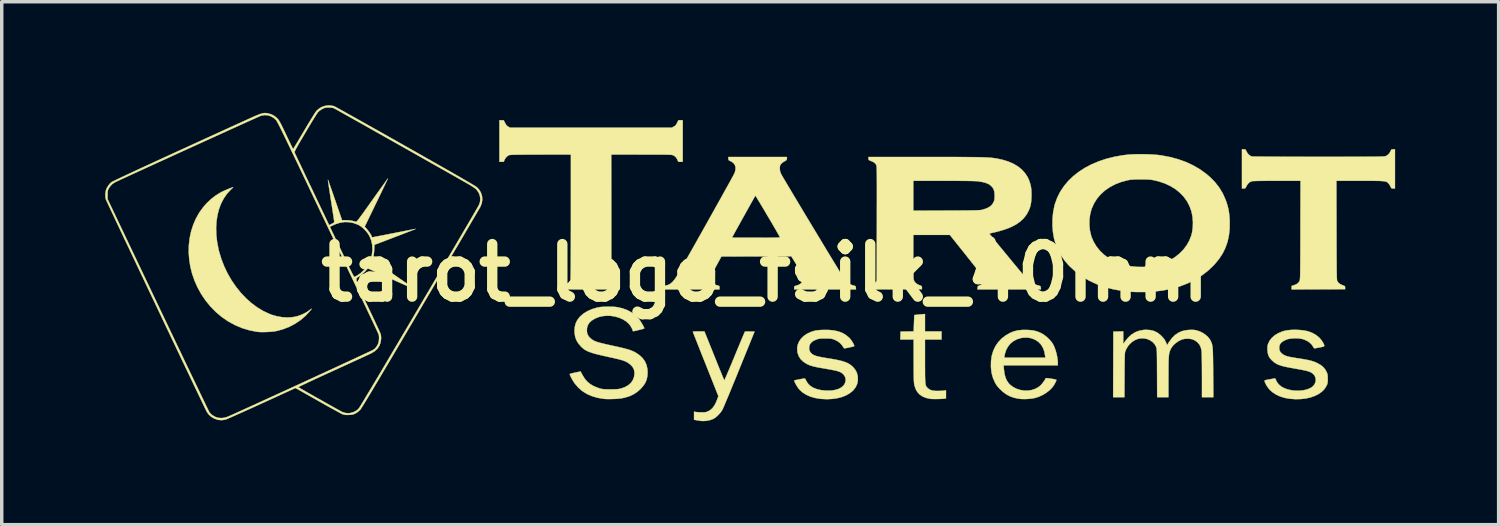
<source format=kicad_pcb>
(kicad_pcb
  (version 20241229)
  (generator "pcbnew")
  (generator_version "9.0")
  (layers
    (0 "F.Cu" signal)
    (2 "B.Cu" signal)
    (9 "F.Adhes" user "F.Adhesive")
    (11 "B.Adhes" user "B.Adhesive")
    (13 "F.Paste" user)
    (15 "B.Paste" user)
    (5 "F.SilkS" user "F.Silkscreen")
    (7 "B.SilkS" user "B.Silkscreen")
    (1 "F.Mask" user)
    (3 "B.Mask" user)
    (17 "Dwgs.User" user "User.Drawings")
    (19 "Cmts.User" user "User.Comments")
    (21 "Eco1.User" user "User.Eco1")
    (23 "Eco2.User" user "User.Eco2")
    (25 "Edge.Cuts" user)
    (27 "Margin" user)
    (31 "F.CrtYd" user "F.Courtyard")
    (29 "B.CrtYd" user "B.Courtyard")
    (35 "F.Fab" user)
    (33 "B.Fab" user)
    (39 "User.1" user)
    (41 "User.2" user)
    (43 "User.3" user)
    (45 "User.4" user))
  (footprint "tarot_logo_fsilk_40mm"
    (layer "F.Cu")
    (at 19.13 4.86)
    (property "Reference" "tarot_logo_fsilk_40mm" (at 0 0 0) (layer "F.SilkS") (effects (font (size 1.524 1.524) (thickness 0.3))))
    (attr through_hole)
    (fp_poly (pts (xy 4.635 1.697) (xy 5.115 1.697) (xy 5.115 1.931) (xy 4.635 1.931) (xy 4.635 2.555) (xy 4.635 2.702) (xy 4.636 2.826) (xy 4.636 2.932) (xy 4.637 3.019) (xy 4.64 3.091) (xy 4.643 3.149) (xy 4.647 3.196) (xy 4.652 3.232) (xy 4.659 3.261) (xy 4.668 3.283) (xy 4.679 3.302) (xy 4.692 3.318) (xy 4.707 3.334) (xy 4.713 3.339) (xy 4.757 3.375) (xy 4.81 3.401) (xy 4.876 3.416) (xy 4.957 3.423) (xy 4.998 3.423) (xy 5.057 3.422) (xy 5.115 3.42) (xy 5.163 3.417) (xy 5.182 3.414) (xy 5.244 3.405) (xy 5.244 3.637) (xy 5.208 3.645) (xy 5.171 3.649) (xy 5.116 3.653) (xy 5.051 3.656) (xy 4.98 3.657) (xy 4.911 3.658) (xy 4.849 3.656) (xy 4.801 3.654) (xy 4.782 3.651) (xy 4.663 3.624) (xy 4.562 3.582) (xy 4.478 3.524) (xy 4.412 3.451) (xy 4.362 3.362) (xy 4.329 3.257) (xy 4.324 3.236) (xy 4.32 3.21) (xy 4.317 3.178) (xy 4.314 3.136) (xy 4.312 3.084) (xy 4.31 3.019) (xy 4.309 2.939) (xy 4.308 2.842) (xy 4.308 2.727) (xy 4.307 2.59) (xy 4.307 2.539) (xy 4.307 1.931) (xy 3.92 1.931) (xy 3.924 1.817) (xy 3.927 1.703) (xy 4.117 1.7) (xy 4.307 1.697) (xy 4.309 1.653) (xy 4.31 1.627) (xy 4.312 1.582) (xy 4.314 1.524) (xy 4.316 1.458) (xy 4.318 1.416) (xy 4.325 1.223) (xy 4.389 1.216) (xy 4.435 1.211) (xy 4.491 1.205) (xy 4.544 1.201) (xy 4.635 1.193) (xy 4.635 1.697)) (stroke (width 0.01) (type solid)) (fill yes) (layer "F.SilkS"))
    (fp_poly (pts (xy -15.426 -2.474) (xy -15.445 -2.454) (xy -15.474 -2.426) (xy -15.491 -2.41) (xy -15.599 -2.293) (xy -15.692 -2.159) (xy -15.77 -2.011) (xy -15.831 -1.849) (xy -15.876 -1.675) (xy -15.904 -1.491) (xy -15.915 -1.298) (xy -15.909 -1.097) (xy -15.885 -0.89) (xy -15.844 -0.679) (xy -15.831 -0.625) (xy -15.764 -0.403) (xy -15.68 -0.187) (xy -15.581 0.02) (xy -15.467 0.217) (xy -15.339 0.403) (xy -15.2 0.576) (xy -15.05 0.734) (xy -14.891 0.876) (xy -14.724 1) (xy -14.55 1.105) (xy -14.371 1.189) (xy -14.304 1.215) (xy -14.154 1.258) (xy -14.002 1.285) (xy -13.852 1.294) (xy -13.708 1.286) (xy -13.597 1.266) (xy -13.497 1.236) (xy -13.397 1.195) (xy -13.304 1.147) (xy -13.229 1.097) (xy -13.184 1.064) (xy -13.157 1.045) (xy -13.146 1.041) (xy -13.153 1.053) (xy -13.175 1.082) (xy -13.203 1.117) (xy -13.329 1.251) (xy -13.472 1.372) (xy -13.629 1.477) (xy -13.798 1.566) (xy -13.976 1.635) (xy -14.16 1.685) (xy -14.167 1.686) (xy -14.237 1.698) (xy -14.323 1.707) (xy -14.416 1.713) (xy -14.512 1.716) (xy -14.602 1.717) (xy -14.681 1.713) (xy -14.725 1.709) (xy -14.946 1.666) (xy -15.159 1.602) (xy -15.364 1.516) (xy -15.56 1.41) (xy -15.746 1.283) (xy -15.92 1.137) (xy -16.081 0.972) (xy -16.213 0.812) (xy -16.34 0.626) (xy -16.448 0.433) (xy -16.538 0.233) (xy -16.609 0.03) (xy -16.661 -0.177) (xy -16.694 -0.385) (xy -16.709 -0.592) (xy -16.705 -0.798) (xy -16.683 -1) (xy -16.641 -1.197) (xy -16.581 -1.387) (xy -16.503 -1.569) (xy -16.406 -1.742) (xy -16.29 -1.902) (xy -16.189 -2.018) (xy -16.064 -2.136) (xy -15.938 -2.235) (xy -15.804 -2.319) (xy -15.756 -2.345) (xy -15.709 -2.368) (xy -15.654 -2.393) (xy -15.596 -2.418) (xy -15.539 -2.441) (xy -15.488 -2.461) (xy -15.447 -2.475) (xy -15.423 -2.481) (xy -15.42 -2.481) (xy -15.426 -2.474)) (stroke (width 0.01) (type solid)) (fill yes) (layer "F.SilkS"))
    (fp_poly (pts (xy -1.475 2.402) (xy -1.426 2.524) (xy -1.38 2.64) (xy -1.336 2.747) (xy -1.297 2.844) (xy -1.262 2.929) (xy -1.233 3.001) (xy -1.209 3.057) (xy -1.193 3.095) (xy -1.185 3.115) (xy -1.184 3.116) (xy -1.178 3.107) (xy -1.164 3.078) (xy -1.143 3.031) (xy -1.115 2.968) (xy -1.082 2.89) (xy -1.043 2.799) (xy -1 2.697) (xy -0.954 2.586) (xy -0.904 2.467) (xy -0.885 2.42) (xy -0.835 2.298) (xy -0.787 2.183) (xy -0.742 2.076) (xy -0.702 1.979) (xy -0.666 1.893) (xy -0.636 1.822) (xy -0.612 1.766) (xy -0.596 1.727) (xy -0.587 1.708) (xy -0.586 1.706) (xy -0.571 1.702) (xy -0.539 1.7) (xy -0.492 1.699) (xy -0.442 1.7) (xy -0.306 1.703) (xy -0.751 2.798) (xy -0.813 2.952) (xy -0.874 3.101) (xy -0.933 3.243) (xy -0.988 3.378) (xy -1.039 3.502) (xy -1.087 3.616) (xy -1.129 3.716) (xy -1.165 3.802) (xy -1.195 3.873) (xy -1.218 3.925) (xy -1.233 3.958) (xy -1.238 3.968) (xy -1.277 4.028) (xy -1.329 4.091) (xy -1.387 4.149) (xy -1.445 4.198) (xy -1.495 4.23) (xy -1.59 4.267) (xy -1.695 4.289) (xy -1.785 4.295) (xy -1.828 4.294) (xy -1.861 4.292) (xy -1.878 4.29) (xy -1.879 4.29) (xy -1.895 4.287) (xy -1.928 4.281) (xy -1.971 4.273) (xy -1.975 4.273) (xy -2.06 4.259) (xy -2.06 4.026) (xy -1.999 4.035) (xy -1.958 4.039) (xy -1.904 4.042) (xy -1.846 4.044) (xy -1.825 4.044) (xy -1.77 4.043) (xy -1.731 4.04) (xy -1.698 4.032) (xy -1.664 4.019) (xy -1.635 4.005) (xy -1.573 3.965) (xy -1.517 3.911) (xy -1.466 3.838) (xy -1.419 3.746) (xy -1.375 3.634) (xy -1.354 3.574) (xy -1.724 2.644) (xy -1.78 2.503) (xy -1.834 2.369) (xy -1.884 2.243) (xy -1.93 2.126) (xy -1.972 2.02) (xy -2.009 1.927) (xy -2.04 1.848) (xy -2.065 1.785) (xy -2.083 1.739) (xy -2.093 1.712) (xy -2.095 1.705) (xy -2.084 1.702) (xy -2.054 1.7) (xy -2.008 1.698) (xy -1.952 1.697) (xy -1.927 1.697) (xy -1.759 1.697) (xy -1.475 2.402)) (stroke (width 0.01) (type solid)) (fill yes) (layer "F.SilkS"))
    (fp_poly (pts (xy 7.697 1.661) (xy 7.787 1.673) (xy 7.867 1.693) (xy 7.946 1.722) (xy 8.024 1.759) (xy 8.096 1.804) (xy 8.171 1.864) (xy 8.243 1.933) (xy 8.305 2.005) (xy 8.344 2.063) (xy 8.385 2.146) (xy 8.421 2.245) (xy 8.451 2.354) (xy 8.473 2.465) (xy 8.485 2.571) (xy 8.486 2.619) (xy 8.486 2.68) (xy 6.914 2.68) (xy 6.922 2.785) (xy 6.938 2.915) (xy 6.966 3.026) (xy 7.006 3.12) (xy 7.059 3.198) (xy 7.102 3.243) (xy 7.192 3.311) (xy 7.293 3.362) (xy 7.401 3.396) (xy 7.512 3.413) (xy 7.624 3.413) (xy 7.733 3.396) (xy 7.836 3.361) (xy 7.929 3.309) (xy 7.99 3.258) (xy 8.018 3.228) (xy 8.05 3.187) (xy 8.083 3.143) (xy 8.111 3.101) (xy 8.131 3.067) (xy 8.137 3.053) (xy 8.15 3.051) (xy 8.179 3.053) (xy 8.222 3.058) (xy 8.271 3.065) (xy 8.322 3.073) (xy 8.371 3.082) (xy 8.41 3.09) (xy 8.436 3.098) (xy 8.443 3.101) (xy 8.443 3.116) (xy 8.432 3.145) (xy 8.413 3.183) (xy 8.39 3.227) (xy 8.363 3.27) (xy 8.336 3.308) (xy 8.326 3.321) (xy 8.249 3.401) (xy 8.155 3.474) (xy 8.048 3.539) (xy 7.936 3.591) (xy 7.822 3.628) (xy 7.819 3.628) (xy 7.733 3.644) (xy 7.635 3.654) (xy 7.532 3.659) (xy 7.434 3.657) (xy 7.349 3.648) (xy 7.345 3.648) (xy 7.212 3.619) (xy 7.095 3.577) (xy 6.989 3.52) (xy 6.889 3.445) (xy 6.823 3.383) (xy 6.773 3.332) (xy 6.736 3.29) (xy 6.707 3.251) (xy 6.681 3.209) (xy 6.656 3.16) (xy 6.609 3.053) (xy 6.577 2.947) (xy 6.557 2.836) (xy 6.547 2.721) (xy 6.55 2.556) (xy 6.564 2.458) (xy 6.933 2.458) (xy 8.124 2.458) (xy 8.117 2.397) (xy 8.094 2.276) (xy 8.054 2.17) (xy 7.999 2.079) (xy 7.929 2.006) (xy 7.922 2) (xy 7.824 1.937) (xy 7.718 1.895) (xy 7.606 1.876) (xy 7.486 1.879) (xy 7.415 1.89) (xy 7.3 1.926) (xy 7.198 1.98) (xy 7.111 2.052) (xy 7.04 2.139) (xy 6.986 2.241) (xy 6.95 2.355) (xy 6.943 2.392) (xy 6.933 2.458) (xy 6.564 2.458) (xy 6.572 2.402) (xy 6.615 2.258) (xy 6.677 2.127) (xy 6.759 2.008) (xy 6.859 1.903) (xy 6.977 1.812) (xy 7.11 1.737) (xy 7.217 1.695) (xy 7.333 1.667) (xy 7.461 1.654) (xy 7.591 1.654) (xy 7.697 1.661)) (stroke (width 0.01) (type solid)) (fill yes) (layer "F.SilkS"))
    (fp_poly (pts (xy -2.388 -3.219) (xy -2.515 -3.219) (xy -2.54 -3.274) (xy -2.573 -3.334) (xy -2.612 -3.377) (xy -2.663 -3.407) (xy -2.673 -3.412) (xy -2.684 -3.415) (xy -2.7 -3.418) (xy -2.72 -3.421) (xy -2.747 -3.423) (xy -2.783 -3.424) (xy -2.829 -3.426) (xy -2.886 -3.427) (xy -2.957 -3.428) (xy -3.043 -3.428) (xy -3.146 -3.429) (xy -3.267 -3.429) (xy -3.408 -3.429) (xy -3.57 -3.429) (xy -3.585 -3.429) (xy -4.46 -3.43) (xy -4.459 -1.624) (xy -4.459 -1.384) (xy -4.459 -1.165) (xy -4.459 -0.968) (xy -4.459 -0.791) (xy -4.459 -0.633) (xy -4.459 -0.493) (xy -4.458 -0.369) (xy -4.458 -0.261) (xy -4.457 -0.168) (xy -4.456 -0.088) (xy -4.456 -0.02) (xy -4.455 0.037) (xy -4.453 0.084) (xy -4.452 0.122) (xy -4.45 0.152) (xy -4.449 0.175) (xy -4.447 0.193) (xy -4.444 0.207) (xy -4.442 0.217) (xy -4.439 0.225) (xy -4.437 0.23) (xy -4.403 0.277) (xy -4.349 0.317) (xy -4.276 0.348) (xy -4.264 0.352) (xy -4.234 0.362) (xy -4.219 0.373) (xy -4.214 0.394) (xy -4.214 0.423) (xy -4.214 0.48) (xy -5.045 0.48) (xy -5.208 0.48) (xy -5.348 0.48) (xy -5.468 0.479) (xy -5.57 0.479) (xy -5.654 0.478) (xy -5.722 0.477) (xy -5.776 0.476) (xy -5.817 0.474) (xy -5.846 0.472) (xy -5.866 0.47) (xy -5.878 0.467) (xy -5.883 0.464) (xy -5.883 0.463) (xy -5.886 0.441) (xy -5.886 0.409) (xy -5.886 0.408) (xy -5.882 0.386) (xy -5.871 0.371) (xy -5.849 0.359) (xy -5.813 0.345) (xy -5.746 0.314) (xy -5.691 0.275) (xy -5.655 0.23) (xy -5.642 0.202) (xy -5.64 0.183) (xy -5.639 0.142) (xy -5.637 0.077) (xy -5.636 -0.01) (xy -5.635 -0.12) (xy -5.633 -0.254) (xy -5.633 -0.41) (xy -5.632 -0.59) (xy -5.631 -0.793) (xy -5.631 -1.019) (xy -5.63 -1.269) (xy -5.63 -1.541) (xy -5.63 -1.636) (xy -5.63 -3.43) (xy -6.505 -3.429) (xy -6.683 -3.428) (xy -6.838 -3.428) (xy -6.973 -3.427) (xy -7.087 -3.426) (xy -7.183 -3.425) (xy -7.26 -3.424) (xy -7.321 -3.422) (xy -7.367 -3.42) (xy -7.398 -3.417) (xy -7.416 -3.415) (xy -7.419 -3.414) (xy -7.468 -3.386) (xy -7.513 -3.342) (xy -7.548 -3.289) (xy -7.557 -3.27) (xy -7.576 -3.219) (xy -7.702 -3.219) (xy -7.702 -4.425) (xy -7.64 -4.424) (xy -7.579 -4.424) (xy -7.538 -4.345) (xy -7.512 -4.299) (xy -7.487 -4.268) (xy -7.457 -4.245) (xy -7.444 -4.237) (xy -7.392 -4.208) (xy -2.709 -4.208) (xy -2.651 -4.238) (xy -2.618 -4.257) (xy -2.593 -4.28) (xy -2.571 -4.311) (xy -2.553 -4.346) (xy -2.513 -4.425) (xy -2.388 -4.425) (xy -2.388 -3.219)) (stroke (width 0.01) (type solid)) (fill yes) (layer "F.SilkS"))
    (fp_poly (pts (xy 11.167 1.659) (xy 11.27 1.684) (xy 11.364 1.728) (xy 11.452 1.793) (xy 11.468 1.808) (xy 11.531 1.872) (xy 11.579 1.933) (xy 11.615 2) (xy 11.628 2.03) (xy 11.654 2.095) (xy 11.711 2.005) (xy 11.792 1.895) (xy 11.879 1.806) (xy 11.976 1.739) (xy 12.083 1.691) (xy 12.202 1.663) (xy 12.296 1.654) (xy 12.374 1.652) (xy 12.437 1.655) (xy 12.493 1.664) (xy 12.506 1.667) (xy 12.6 1.698) (xy 12.691 1.743) (xy 12.774 1.8) (xy 12.844 1.865) (xy 12.898 1.935) (xy 12.917 1.97) (xy 12.93 2) (xy 12.942 2.027) (xy 12.951 2.055) (xy 12.959 2.085) (xy 12.966 2.119) (xy 12.972 2.16) (xy 12.976 2.208) (xy 12.98 2.267) (xy 12.982 2.337) (xy 12.984 2.422) (xy 12.986 2.523) (xy 12.987 2.641) (xy 12.989 2.78) (xy 12.989 2.9) (xy 12.995 3.605) (xy 12.665 3.605) (xy 12.665 2.976) (xy 12.664 2.854) (xy 12.664 2.736) (xy 12.663 2.625) (xy 12.661 2.524) (xy 12.66 2.435) (xy 12.658 2.361) (xy 12.656 2.304) (xy 12.654 2.267) (xy 12.653 2.259) (xy 12.631 2.161) (xy 12.591 2.079) (xy 12.533 2.011) (xy 12.457 1.958) (xy 12.396 1.93) (xy 12.33 1.914) (xy 12.252 1.908) (xy 12.171 1.912) (xy 12.098 1.927) (xy 12.088 1.93) (xy 11.996 1.972) (xy 11.91 2.03) (xy 11.835 2.098) (xy 11.778 2.175) (xy 11.763 2.201) (xy 11.749 2.232) (xy 11.736 2.262) (xy 11.725 2.293) (xy 11.717 2.328) (xy 11.71 2.369) (xy 11.704 2.417) (xy 11.7 2.476) (xy 11.697 2.547) (xy 11.695 2.632) (xy 11.694 2.734) (xy 11.694 2.855) (xy 11.693 2.996) (xy 11.693 3.025) (xy 11.693 3.605) (xy 11.366 3.605) (xy 11.363 2.906) (xy 11.362 2.76) (xy 11.362 2.637) (xy 11.361 2.532) (xy 11.36 2.446) (xy 11.359 2.375) (xy 11.358 2.318) (xy 11.356 2.273) (xy 11.354 2.238) (xy 11.352 2.211) (xy 11.349 2.19) (xy 11.345 2.173) (xy 11.34 2.159) (xy 11.335 2.145) (xy 11.333 2.14) (xy 11.291 2.065) (xy 11.231 2.002) (xy 11.157 1.952) (xy 11.073 1.917) (xy 10.983 1.899) (xy 10.89 1.898) (xy 10.809 1.914) (xy 10.711 1.954) (xy 10.623 2.014) (xy 10.546 2.09) (xy 10.484 2.182) (xy 10.448 2.257) (xy 10.443 2.272) (xy 10.438 2.287) (xy 10.435 2.305) (xy 10.431 2.327) (xy 10.429 2.356) (xy 10.427 2.392) (xy 10.425 2.439) (xy 10.424 2.499) (xy 10.423 2.573) (xy 10.422 2.664) (xy 10.421 2.773) (xy 10.42 2.902) (xy 10.42 2.964) (xy 10.417 3.605) (xy 10.09 3.605) (xy 10.096 1.703) (xy 10.239 1.7) (xy 10.382 1.697) (xy 10.382 2.064) (xy 10.44 1.982) (xy 10.528 1.874) (xy 10.625 1.787) (xy 10.732 1.721) (xy 10.848 1.677) (xy 10.974 1.654) (xy 11.05 1.651) (xy 11.167 1.659)) (stroke (width 0.01) (type solid)) (fill yes) (layer "F.SilkS"))
    (fp_poly (pts (xy 10.986 -3.439) (xy 11.12 -3.436) (xy 11.247 -3.429) (xy 11.363 -3.42) (xy 11.463 -3.409) (xy 11.477 -3.407) (xy 11.734 -3.358) (xy 11.974 -3.294) (xy 12.198 -3.214) (xy 12.407 -3.117) (xy 12.602 -3.004) (xy 12.783 -2.874) (xy 12.906 -2.769) (xy 13.046 -2.626) (xy 13.166 -2.471) (xy 13.267 -2.305) (xy 13.348 -2.124) (xy 13.379 -2.038) (xy 13.412 -1.929) (xy 13.436 -1.824) (xy 13.453 -1.716) (xy 13.464 -1.597) (xy 13.469 -1.49) (xy 13.467 -1.281) (xy 13.446 -1.085) (xy 13.406 -0.901) (xy 13.345 -0.728) (xy 13.265 -0.563) (xy 13.163 -0.407) (xy 13.04 -0.257) (xy 12.999 -0.213) (xy 12.836 -0.059) (xy 12.659 0.077) (xy 12.467 0.197) (xy 12.26 0.3) (xy 12.036 0.387) (xy 11.974 0.407) (xy 11.759 0.466) (xy 11.529 0.511) (xy 11.286 0.541) (xy 11.035 0.556) (xy 10.779 0.556) (xy 10.616 0.549) (xy 10.345 0.521) (xy 10.088 0.475) (xy 9.844 0.411) (xy 9.614 0.328) (xy 9.398 0.228) (xy 9.198 0.11) (xy 9.012 -0.025) (xy 8.842 -0.178) (xy 8.807 -0.213) (xy 8.678 -0.362) (xy 8.57 -0.519) (xy 8.482 -0.685) (xy 8.423 -0.834) (xy 8.376 -1.002) (xy 8.345 -1.181) (xy 8.331 -1.368) (xy 8.331 -1.384) (xy 9.401 -1.384) (xy 9.417 -1.227) (xy 9.452 -1.078) (xy 9.462 -1.045) (xy 9.524 -0.901) (xy 9.606 -0.765) (xy 9.707 -0.64) (xy 9.826 -0.526) (xy 9.961 -0.426) (xy 10.111 -0.34) (xy 10.274 -0.269) (xy 10.284 -0.266) (xy 10.435 -0.222) (xy 10.6 -0.191) (xy 10.775 -0.174) (xy 10.955 -0.171) (xy 11.135 -0.183) (xy 11.254 -0.2) (xy 11.427 -0.238) (xy 11.59 -0.295) (xy 11.743 -0.368) (xy 11.884 -0.456) (xy 12.011 -0.557) (xy 12.123 -0.67) (xy 12.218 -0.795) (xy 12.295 -0.929) (xy 12.352 -1.071) (xy 12.378 -1.169) (xy 12.399 -1.316) (xy 12.403 -1.47) (xy 12.391 -1.624) (xy 12.362 -1.769) (xy 12.36 -1.78) (xy 12.305 -1.933) (xy 12.231 -2.075) (xy 12.138 -2.205) (xy 12.026 -2.322) (xy 11.897 -2.426) (xy 11.752 -2.516) (xy 11.591 -2.591) (xy 11.416 -2.65) (xy 11.281 -2.683) (xy 11.233 -2.692) (xy 11.189 -2.699) (xy 11.144 -2.704) (xy 11.094 -2.707) (xy 11.032 -2.709) (xy 10.956 -2.709) (xy 10.886 -2.709) (xy 10.795 -2.709) (xy 10.723 -2.708) (xy 10.666 -2.705) (xy 10.618 -2.702) (xy 10.576 -2.697) (xy 10.534 -2.689) (xy 10.499 -2.682) (xy 10.317 -2.633) (xy 10.148 -2.567) (xy 9.993 -2.485) (xy 9.853 -2.389) (xy 9.731 -2.278) (xy 9.625 -2.155) (xy 9.539 -2.019) (xy 9.472 -1.873) (xy 9.461 -1.844) (xy 9.423 -1.698) (xy 9.403 -1.543) (xy 9.401 -1.384) (xy 8.331 -1.384) (xy 8.332 -1.557) (xy 8.349 -1.743) (xy 8.383 -1.921) (xy 8.404 -2.002) (xy 8.47 -2.182) (xy 8.556 -2.352) (xy 8.663 -2.513) (xy 8.788 -2.663) (xy 8.931 -2.801) (xy 9.092 -2.928) (xy 9.269 -3.043) (xy 9.461 -3.144) (xy 9.668 -3.232) (xy 9.889 -3.306) (xy 10.122 -3.365) (xy 10.367 -3.408) (xy 10.499 -3.424) (xy 10.603 -3.433) (xy 10.722 -3.438) (xy 10.852 -3.44) (xy 10.986 -3.439)) (stroke (width 0.01) (type solid)) (fill yes) (layer "F.SilkS"))
    (fp_poly (pts (xy 13.907 -3.581) (xy 13.925 -3.574) (xy 13.938 -3.556) (xy 13.954 -3.523) (xy 13.986 -3.467) (xy 14.03 -3.42) (xy 14.079 -3.386) (xy 14.113 -3.375) (xy 14.129 -3.374) (xy 14.168 -3.373) (xy 14.227 -3.372) (xy 14.306 -3.371) (xy 14.404 -3.37) (xy 14.518 -3.369) (xy 14.648 -3.368) (xy 14.793 -3.368) (xy 14.951 -3.367) (xy 15.121 -3.366) (xy 15.302 -3.366) (xy 15.492 -3.366) (xy 15.69 -3.365) (xy 15.895 -3.365) (xy 16.048 -3.365) (xy 16.301 -3.365) (xy 16.531 -3.365) (xy 16.74 -3.365) (xy 16.929 -3.366) (xy 17.098 -3.366) (xy 17.249 -3.366) (xy 17.382 -3.367) (xy 17.499 -3.368) (xy 17.6 -3.368) (xy 17.688 -3.369) (xy 17.761 -3.37) (xy 17.822 -3.371) (xy 17.872 -3.373) (xy 17.912 -3.374) (xy 17.941 -3.376) (xy 17.963 -3.378) (xy 17.977 -3.38) (xy 17.983 -3.381) (xy 18.047 -3.416) (xy 18.099 -3.469) (xy 18.13 -3.523) (xy 18.145 -3.557) (xy 18.159 -3.574) (xy 18.177 -3.581) (xy 18.208 -3.582) (xy 18.26 -3.582) (xy 18.26 -2.446) (xy 18.208 -2.446) (xy 18.177 -2.448) (xy 18.158 -2.455) (xy 18.144 -2.473) (xy 18.131 -2.502) (xy 18.108 -2.544) (xy 18.08 -2.584) (xy 18.069 -2.596) (xy 18.055 -2.61) (xy 18.04 -2.623) (xy 18.024 -2.634) (xy 18.004 -2.642) (xy 17.979 -2.65) (xy 17.946 -2.655) (xy 17.905 -2.66) (xy 17.852 -2.663) (xy 17.786 -2.666) (xy 17.706 -2.667) (xy 17.609 -2.668) (xy 17.494 -2.669) (xy 17.359 -2.669) (xy 17.239 -2.669) (xy 16.562 -2.669) (xy 16.565 -1.232) (xy 16.566 -1.018) (xy 16.566 -0.825) (xy 16.567 -0.654) (xy 16.567 -0.502) (xy 16.568 -0.369) (xy 16.569 -0.253) (xy 16.569 -0.153) (xy 16.57 -0.068) (xy 16.571 0.003) (xy 16.573 0.063) (xy 16.574 0.111) (xy 16.575 0.15) (xy 16.577 0.179) (xy 16.579 0.202) (xy 16.581 0.218) (xy 16.584 0.23) (xy 16.587 0.238) (xy 16.588 0.24) (xy 16.622 0.287) (xy 16.668 0.324) (xy 16.732 0.354) (xy 16.74 0.357) (xy 16.78 0.372) (xy 16.802 0.383) (xy 16.812 0.397) (xy 16.814 0.416) (xy 16.814 0.429) (xy 16.814 0.474) (xy 16.039 0.477) (xy 15.263 0.48) (xy 15.264 0.38) (xy 15.331 0.359) (xy 15.403 0.329) (xy 15.456 0.289) (xy 15.492 0.239) (xy 15.493 0.238) (xy 15.496 0.23) (xy 15.499 0.222) (xy 15.502 0.21) (xy 15.504 0.194) (xy 15.506 0.174) (xy 15.508 0.146) (xy 15.51 0.111) (xy 15.511 0.067) (xy 15.512 0.012) (xy 15.513 -0.054) (xy 15.514 -0.133) (xy 15.515 -0.226) (xy 15.516 -0.335) (xy 15.516 -0.46) (xy 15.517 -0.603) (xy 15.517 -0.765) (xy 15.518 -0.947) (xy 15.518 -1.151) (xy 15.518 -1.238) (xy 15.522 -2.669) (xy 14.839 -2.669) (xy 14.689 -2.668) (xy 14.553 -2.668) (xy 14.433 -2.667) (xy 14.33 -2.666) (xy 14.246 -2.664) (xy 14.181 -2.662) (xy 14.137 -2.66) (xy 14.115 -2.657) (xy 14.115 -2.657) (xy 14.052 -2.631) (xy 14.004 -2.59) (xy 13.964 -2.531) (xy 13.958 -2.519) (xy 13.939 -2.481) (xy 13.925 -2.459) (xy 13.91 -2.449) (xy 13.889 -2.446) (xy 13.873 -2.446) (xy 13.824 -2.446) (xy 13.824 -3.582) (xy 13.876 -3.582) (xy 13.907 -3.581)) (stroke (width 0.01) (type solid)) (fill yes) (layer "F.SilkS"))
    (fp_poly (pts (xy 15.465 1.654) (xy 15.58 1.665) (xy 15.685 1.682) (xy 15.755 1.7) (xy 15.869 1.744) (xy 15.973 1.804) (xy 16.063 1.876) (xy 16.135 1.959) (xy 16.172 2.019) (xy 16.196 2.065) (xy 16.21 2.097) (xy 16.21 2.118) (xy 16.196 2.133) (xy 16.164 2.144) (xy 16.112 2.155) (xy 16.083 2.161) (xy 16.028 2.171) (xy 15.981 2.18) (xy 15.946 2.186) (xy 15.93 2.188) (xy 15.913 2.179) (xy 15.896 2.156) (xy 15.893 2.151) (xy 15.847 2.081) (xy 15.782 2.018) (xy 15.703 1.967) (xy 15.613 1.928) (xy 15.531 1.908) (xy 15.449 1.898) (xy 15.36 1.897) (xy 15.272 1.902) (xy 15.191 1.913) (xy 15.124 1.93) (xy 15.114 1.934) (xy 15.034 1.972) (xy 14.975 2.012) (xy 14.935 2.057) (xy 14.912 2.111) (xy 14.905 2.144) (xy 14.906 2.215) (xy 14.928 2.279) (xy 14.972 2.333) (xy 15.036 2.379) (xy 15.12 2.414) (xy 15.165 2.427) (xy 15.198 2.434) (xy 15.249 2.444) (xy 15.314 2.455) (xy 15.388 2.468) (xy 15.465 2.48) (xy 15.474 2.481) (xy 15.588 2.499) (xy 15.682 2.516) (xy 15.76 2.532) (xy 15.826 2.548) (xy 15.884 2.565) (xy 15.936 2.584) (xy 15.988 2.607) (xy 16.009 2.617) (xy 16.104 2.67) (xy 16.179 2.73) (xy 16.237 2.8) (xy 16.273 2.865) (xy 16.29 2.901) (xy 16.301 2.932) (xy 16.307 2.963) (xy 16.31 3.002) (xy 16.311 3.056) (xy 16.311 3.073) (xy 16.311 3.131) (xy 16.308 3.173) (xy 16.303 3.204) (xy 16.294 3.233) (xy 16.279 3.267) (xy 16.273 3.279) (xy 16.217 3.367) (xy 16.142 3.444) (xy 16.048 3.511) (xy 15.939 3.566) (xy 15.816 3.61) (xy 15.681 3.641) (xy 15.535 3.658) (xy 15.381 3.662) (xy 15.221 3.651) (xy 15.217 3.651) (xy 15.068 3.625) (xy 14.931 3.583) (xy 14.81 3.527) (xy 14.704 3.457) (xy 14.615 3.374) (xy 14.545 3.28) (xy 14.521 3.236) (xy 14.497 3.186) (xy 14.482 3.152) (xy 14.479 3.13) (xy 14.491 3.116) (xy 14.52 3.107) (xy 14.568 3.097) (xy 14.606 3.091) (xy 14.662 3.08) (xy 14.711 3.071) (xy 14.748 3.063) (xy 14.767 3.059) (xy 14.784 3.06) (xy 14.797 3.074) (xy 14.806 3.099) (xy 14.838 3.165) (xy 14.888 3.23) (xy 14.951 3.286) (xy 14.973 3.302) (xy 15.06 3.347) (xy 15.158 3.381) (xy 15.264 3.404) (xy 15.374 3.416) (xy 15.485 3.416) (xy 15.593 3.406) (xy 15.693 3.385) (xy 15.781 3.353) (xy 15.855 3.31) (xy 15.885 3.285) (xy 15.93 3.226) (xy 15.957 3.161) (xy 15.964 3.093) (xy 15.952 3.027) (xy 15.922 2.967) (xy 15.873 2.916) (xy 15.869 2.914) (xy 15.84 2.894) (xy 15.807 2.877) (xy 15.768 2.861) (xy 15.719 2.846) (xy 15.66 2.831) (xy 15.586 2.816) (xy 15.494 2.798) (xy 15.383 2.779) (xy 15.357 2.774) (xy 15.229 2.751) (xy 15.121 2.73) (xy 15.031 2.71) (xy 14.955 2.689) (xy 14.892 2.667) (xy 14.838 2.643) (xy 14.79 2.615) (xy 14.746 2.583) (xy 14.702 2.545) (xy 14.693 2.536) (xy 14.636 2.474) (xy 14.597 2.407) (xy 14.574 2.332) (xy 14.564 2.241) (xy 14.563 2.239) (xy 14.562 2.173) (xy 14.566 2.122) (xy 14.576 2.078) (xy 14.578 2.069) (xy 14.621 1.975) (xy 14.685 1.89) (xy 14.768 1.815) (xy 14.87 1.752) (xy 14.988 1.702) (xy 15.041 1.685) (xy 15.13 1.667) (xy 15.234 1.655) (xy 15.348 1.651) (xy 15.465 1.654)) (stroke (width 0.01) (type solid)) (fill yes) (layer "F.SilkS"))
    (fp_poly (pts (xy 1.85 1.655) (xy 1.997 1.67) (xy 2.128 1.7) (xy 2.244 1.744) (xy 2.346 1.805) (xy 2.437 1.88) (xy 2.44 1.883) (xy 2.472 1.918) (xy 2.504 1.962) (xy 2.534 2.008) (xy 2.56 2.053) (xy 2.577 2.091) (xy 2.584 2.117) (xy 2.583 2.123) (xy 2.571 2.129) (xy 2.541 2.138) (xy 2.499 2.149) (xy 2.45 2.16) (xy 2.4 2.171) (xy 2.353 2.18) (xy 2.316 2.186) (xy 2.293 2.188) (xy 2.289 2.187) (xy 2.282 2.176) (xy 2.265 2.151) (xy 2.243 2.117) (xy 2.242 2.115) (xy 2.181 2.043) (xy 2.103 1.982) (xy 2.01 1.936) (xy 1.992 1.929) (xy 1.957 1.918) (xy 1.923 1.91) (xy 1.885 1.906) (xy 1.837 1.903) (xy 1.774 1.902) (xy 1.744 1.902) (xy 1.673 1.903) (xy 1.62 1.904) (xy 1.579 1.908) (xy 1.544 1.915) (xy 1.511 1.924) (xy 1.496 1.929) (xy 1.411 1.966) (xy 1.347 2.011) (xy 1.304 2.064) (xy 1.281 2.128) (xy 1.276 2.18) (xy 1.28 2.231) (xy 1.296 2.273) (xy 1.306 2.289) (xy 1.332 2.324) (xy 1.363 2.353) (xy 1.401 2.378) (xy 1.449 2.399) (xy 1.51 2.418) (xy 1.588 2.436) (xy 1.683 2.454) (xy 1.777 2.47) (xy 1.922 2.493) (xy 2.046 2.515) (xy 2.151 2.538) (xy 2.241 2.56) (xy 2.316 2.585) (xy 2.381 2.611) (xy 2.436 2.641) (xy 2.485 2.674) (xy 2.53 2.712) (xy 2.563 2.746) (xy 2.62 2.818) (xy 2.659 2.894) (xy 2.681 2.979) (xy 2.688 3.03) (xy 2.688 3.132) (xy 2.667 3.226) (xy 2.626 3.313) (xy 2.562 3.397) (xy 2.541 3.419) (xy 2.453 3.491) (xy 2.347 3.552) (xy 2.226 3.6) (xy 2.091 3.634) (xy 1.944 3.655) (xy 1.789 3.662) (xy 1.627 3.654) (xy 1.592 3.651) (xy 1.443 3.625) (xy 1.307 3.585) (xy 1.185 3.53) (xy 1.08 3.462) (xy 0.993 3.381) (xy 0.981 3.367) (xy 0.955 3.332) (xy 0.927 3.29) (xy 0.899 3.244) (xy 0.875 3.199) (xy 0.856 3.16) (xy 0.846 3.132) (xy 0.845 3.119) (xy 0.858 3.115) (xy 0.89 3.108) (xy 0.934 3.099) (xy 0.978 3.09) (xy 1.033 3.08) (xy 1.081 3.071) (xy 1.116 3.064) (xy 1.132 3.061) (xy 1.148 3.061) (xy 1.161 3.072) (xy 1.177 3.098) (xy 1.186 3.119) (xy 1.237 3.203) (xy 1.306 3.273) (xy 1.394 3.329) (xy 1.5 3.371) (xy 1.624 3.4) (xy 1.767 3.414) (xy 1.773 3.414) (xy 1.897 3.413) (xy 2.009 3.399) (xy 2.107 3.373) (xy 2.189 3.335) (xy 2.255 3.286) (xy 2.302 3.227) (xy 2.329 3.159) (xy 2.329 3.159) (xy 2.336 3.087) (xy 2.322 3.023) (xy 2.286 2.963) (xy 2.27 2.944) (xy 2.243 2.918) (xy 2.214 2.896) (xy 2.178 2.877) (xy 2.134 2.859) (xy 2.079 2.842) (xy 2.009 2.826) (xy 1.924 2.809) (xy 1.819 2.79) (xy 1.757 2.779) (xy 1.64 2.759) (xy 1.543 2.742) (xy 1.463 2.726) (xy 1.396 2.71) (xy 1.341 2.694) (xy 1.292 2.678) (xy 1.249 2.659) (xy 1.206 2.639) (xy 1.203 2.637) (xy 1.108 2.576) (xy 1.033 2.504) (xy 0.978 2.419) (xy 0.943 2.323) (xy 0.936 2.29) (xy 0.93 2.189) (xy 0.945 2.091) (xy 0.982 1.998) (xy 1.039 1.912) (xy 1.113 1.836) (xy 1.205 1.772) (xy 1.255 1.746) (xy 1.325 1.715) (xy 1.389 1.692) (xy 1.454 1.675) (xy 1.526 1.664) (xy 1.611 1.657) (xy 1.686 1.654) (xy 1.85 1.655)) (stroke (width 0.01) (type solid)) (fill yes) (layer "F.SilkS"))
    (fp_poly (pts (xy -4.495 0.981) (xy -4.412 0.983) (xy -4.339 0.988) (xy -4.29 0.994) (xy -4.138 1.028) (xy -3.998 1.079) (xy -3.871 1.147) (xy -3.761 1.229) (xy -3.667 1.325) (xy -3.666 1.326) (xy -3.64 1.361) (xy -3.611 1.405) (xy -3.581 1.453) (xy -3.553 1.501) (xy -3.529 1.545) (xy -3.511 1.581) (xy -3.503 1.604) (xy -3.503 1.611) (xy -3.517 1.617) (xy -3.549 1.627) (xy -3.593 1.639) (xy -3.644 1.652) (xy -3.697 1.665) (xy -3.748 1.677) (xy -3.789 1.686) (xy -3.818 1.691) (xy -3.828 1.691) (xy -3.839 1.674) (xy -3.839 1.67) (xy -3.846 1.642) (xy -3.865 1.602) (xy -3.892 1.556) (xy -3.923 1.511) (xy -3.949 1.478) (xy -4.028 1.407) (xy -4.123 1.348) (xy -4.232 1.3) (xy -4.351 1.266) (xy -4.474 1.246) (xy -4.598 1.244) (xy -4.615 1.245) (xy -4.712 1.255) (xy -4.795 1.273) (xy -4.875 1.301) (xy -4.935 1.328) (xy -5.023 1.381) (xy -5.09 1.441) (xy -5.136 1.511) (xy -5.161 1.59) (xy -5.167 1.662) (xy -5.161 1.736) (xy -5.142 1.796) (xy -5.107 1.85) (xy -5.072 1.886) (xy -5.042 1.913) (xy -5.011 1.937) (xy -4.978 1.958) (xy -4.939 1.977) (xy -4.892 1.996) (xy -4.835 2.014) (xy -4.766 2.033) (xy -4.681 2.054) (xy -4.579 2.078) (xy -4.458 2.104) (xy -4.419 2.113) (xy -4.286 2.142) (xy -4.174 2.167) (xy -4.079 2.191) (xy -3.999 2.212) (xy -3.931 2.233) (xy -3.873 2.254) (xy -3.822 2.276) (xy -3.774 2.3) (xy -3.745 2.316) (xy -3.637 2.39) (xy -3.549 2.473) (xy -3.483 2.567) (xy -3.437 2.672) (xy -3.412 2.788) (xy -3.406 2.883) (xy -3.413 2.996) (xy -3.435 3.097) (xy -3.474 3.189) (xy -3.533 3.278) (xy -3.611 3.366) (xy -3.616 3.371) (xy -3.715 3.457) (xy -3.823 3.526) (xy -3.943 3.58) (xy -4.079 3.62) (xy -4.155 3.635) (xy -4.224 3.645) (xy -4.308 3.652) (xy -4.401 3.656) (xy -4.495 3.658) (xy -4.584 3.658) (xy -4.66 3.654) (xy -4.688 3.651) (xy -4.865 3.62) (xy -5.026 3.572) (xy -5.171 3.508) (xy -5.301 3.426) (xy -5.416 3.326) (xy -5.516 3.209) (xy -5.518 3.207) (xy -5.547 3.164) (xy -5.578 3.115) (xy -5.607 3.064) (xy -5.632 3.016) (xy -5.651 2.975) (xy -5.661 2.945) (xy -5.662 2.934) (xy -5.65 2.927) (xy -5.618 2.917) (xy -5.573 2.906) (xy -5.518 2.893) (xy -5.503 2.89) (xy -5.349 2.859) (xy -5.302 2.948) (xy -5.234 3.06) (xy -5.156 3.153) (xy -5.063 3.229) (xy -4.955 3.29) (xy -4.829 3.339) (xy -4.816 3.343) (xy -4.778 3.355) (xy -4.744 3.363) (xy -4.711 3.369) (xy -4.673 3.373) (xy -4.625 3.375) (xy -4.563 3.376) (xy -4.489 3.376) (xy -4.404 3.376) (xy -4.338 3.375) (xy -4.287 3.372) (xy -4.245 3.367) (xy -4.209 3.361) (xy -4.185 3.355) (xy -4.069 3.315) (xy -3.973 3.262) (xy -3.896 3.197) (xy -3.839 3.12) (xy -3.803 3.03) (xy -3.793 2.986) (xy -3.785 2.894) (xy -3.799 2.811) (xy -3.835 2.737) (xy -3.892 2.67) (xy -3.971 2.61) (xy -3.98 2.604) (xy -4.012 2.586) (xy -4.045 2.569) (xy -4.08 2.554) (xy -4.122 2.539) (xy -4.172 2.524) (xy -4.234 2.507) (xy -4.311 2.489) (xy -4.404 2.467) (xy -4.518 2.442) (xy -4.53 2.44) (xy -4.675 2.407) (xy -4.799 2.378) (xy -4.904 2.352) (xy -4.993 2.327) (xy -5.068 2.302) (xy -5.132 2.278) (xy -5.185 2.252) (xy -5.232 2.225) (xy -5.273 2.195) (xy -5.311 2.161) (xy -5.345 2.127) (xy -5.42 2.037) (xy -5.474 1.945) (xy -5.507 1.846) (xy -5.523 1.738) (xy -5.525 1.685) (xy -5.517 1.57) (xy -5.492 1.468) (xy -5.449 1.377) (xy -5.386 1.291) (xy -5.353 1.257) (xy -5.258 1.176) (xy -5.145 1.108) (xy -5.018 1.052) (xy -4.878 1.01) (xy -4.799 0.994) (xy -4.741 0.988) (xy -4.667 0.983) (xy -4.583 0.981) (xy -4.495 0.981)) (stroke (width 0.01) (type solid)) (fill yes) (layer "F.SilkS"))
    (fp_poly (pts (xy 0.632 -3.315) (xy 0.63 -3.291) (xy 0.623 -3.273) (xy 0.604 -3.258) (xy 0.569 -3.238) (xy 0.566 -3.236) (xy 0.523 -3.209) (xy 0.484 -3.177) (xy 0.463 -3.156) (xy 0.444 -3.13) (xy 0.433 -3.106) (xy 0.428 -3.076) (xy 0.427 -3.031) (xy 0.427 -3.028) (xy 0.429 -2.98) (xy 0.435 -2.941) (xy 0.449 -2.902) (xy 0.469 -2.856) (xy 0.48 -2.837) (xy 0.501 -2.8) (xy 0.533 -2.745) (xy 0.575 -2.675) (xy 0.625 -2.59) (xy 0.683 -2.492) (xy 0.748 -2.383) (xy 0.82 -2.263) (xy 0.897 -2.135) (xy 0.978 -1.999) (xy 1.063 -1.857) (xy 1.151 -1.71) (xy 1.241 -1.561) (xy 1.333 -1.409) (xy 1.424 -1.257) (xy 1.515 -1.106) (xy 1.605 -0.958) (xy 1.692 -0.813) (xy 1.776 -0.673) (xy 1.857 -0.54) (xy 1.933 -0.415) (xy 2.003 -0.3) (xy 2.067 -0.195) (xy 2.123 -0.102) (xy 2.171 -0.023) (xy 2.211 0.041) (xy 2.24 0.088) (xy 2.259 0.118) (xy 2.263 0.123) (xy 2.317 0.199) (xy 2.366 0.257) (xy 2.414 0.3) (xy 2.465 0.332) (xy 2.523 0.355) (xy 2.565 0.367) (xy 2.601 0.377) (xy 2.62 0.387) (xy 2.628 0.403) (xy 2.631 0.43) (xy 2.631 0.431) (xy 2.635 0.48) (xy 0.843 0.48) (xy 0.843 0.434) (xy 0.844 0.408) (xy 0.85 0.393) (xy 0.867 0.382) (xy 0.9 0.372) (xy 0.91 0.369) (xy 0.982 0.343) (xy 1.034 0.31) (xy 1.069 0.269) (xy 1.083 0.241) (xy 1.093 0.206) (xy 1.097 0.169) (xy 1.094 0.129) (xy 1.081 0.084) (xy 1.06 0.03) (xy 1.028 -0.034) (xy 0.985 -0.112) (xy 0.93 -0.204) (xy 0.885 -0.278) (xy 0.759 -0.48) (xy -0.254 -0.477) (xy -1.267 -0.474) (xy -1.395 -0.24) (xy -1.433 -0.168) (xy -1.469 -0.1) (xy -1.5 -0.039) (xy -1.525 0.012) (xy -1.542 0.047) (xy -1.545 0.056) (xy -1.564 0.127) (xy -1.567 0.193) (xy -1.553 0.249) (xy -1.545 0.263) (xy -1.515 0.296) (xy -1.47 0.328) (xy -1.417 0.354) (xy -1.367 0.369) (xy -1.339 0.375) (xy -1.327 0.386) (xy -1.323 0.409) (xy -1.323 0.429) (xy -1.323 0.48) (xy -2.938 0.48) (xy -2.938 0.377) (xy -2.888 0.37) (xy -2.814 0.351) (xy -2.747 0.316) (xy -2.684 0.263) (xy -2.623 0.191) (xy -2.573 0.117) (xy -2.552 0.082) (xy -2.521 0.029) (xy -2.481 -0.04) (xy -2.433 -0.124) (xy -2.378 -0.221) (xy -2.316 -0.33) (xy -2.248 -0.45) (xy -2.175 -0.579) (xy -2.098 -0.716) (xy -2.017 -0.858) (xy -1.934 -1.006) (xy -1.927 -1.018) (xy -0.96 -1.018) (xy -0.264 -1.018) (xy -0.138 -1.018) (xy -0.02 -1.019) (xy 0.089 -1.019) (xy 0.186 -1.02) (xy 0.27 -1.021) (xy 0.339 -1.022) (xy 0.39 -1.024) (xy 0.423 -1.025) (xy 0.433 -1.026) (xy 0.427 -1.039) (xy 0.411 -1.069) (xy 0.385 -1.115) (xy 0.351 -1.175) (xy 0.311 -1.246) (xy 0.264 -1.326) (xy 0.214 -1.413) (xy 0.16 -1.505) (xy 0.104 -1.599) (xy 0.047 -1.695) (xy -0.008 -1.789) (xy -0.062 -1.88) (xy -0.113 -1.965) (xy -0.159 -2.042) (xy -0.2 -2.109) (xy -0.234 -2.165) (xy -0.26 -2.206) (xy -0.277 -2.232) (xy -0.283 -2.239) (xy -0.289 -2.227) (xy -0.306 -2.198) (xy -0.332 -2.153) (xy -0.365 -2.093) (xy -0.405 -2.022) (xy -0.45 -1.942) (xy -0.499 -1.854) (xy -0.55 -1.762) (xy -0.603 -1.666) (xy -0.657 -1.57) (xy -0.709 -1.476) (xy -0.759 -1.386) (xy -0.806 -1.302) (xy -0.848 -1.226) (xy -0.884 -1.16) (xy -0.913 -1.107) (xy -0.934 -1.069) (xy -0.944 -1.051) (xy -0.96 -1.018) (xy -1.927 -1.018) (xy -1.849 -1.157) (xy -1.763 -1.311) (xy -1.676 -1.465) (xy -1.591 -1.618) (xy -1.506 -1.769) (xy -1.424 -1.917) (xy -1.344 -2.059) (xy -1.268 -2.195) (xy -1.197 -2.324) (xy -1.131 -2.443) (xy -1.07 -2.551) (xy -1.017 -2.647) (xy -0.972 -2.73) (xy -0.934 -2.799) (xy -0.907 -2.85) (xy -0.889 -2.885) (xy -0.882 -2.899) (xy -0.859 -2.985) (xy -0.857 -3.061) (xy -0.876 -3.126) (xy -0.915 -3.181) (xy -0.977 -3.226) (xy -1.022 -3.248) (xy -1.05 -3.262) (xy -1.062 -3.279) (xy -1.065 -3.308) (xy -1.065 -3.313) (xy -1.065 -3.359) (xy 0.632 -3.359) (xy 0.632 -3.315)) (stroke (width 0.01) (type solid)) (fill yes) (layer "F.SilkS"))
    (fp_poly (pts (xy 4.876 -3.359) (xy 5.096 -3.359) (xy 5.296 -3.359) (xy 5.476 -3.359) (xy 5.638 -3.358) (xy 5.783 -3.357) (xy 5.912 -3.356) (xy 6.026 -3.355) (xy 6.127 -3.354) (xy 6.216 -3.352) (xy 6.295 -3.35) (xy 6.363 -3.348) (xy 6.424 -3.345) (xy 6.478 -3.342) (xy 6.525 -3.338) (xy 6.569 -3.334) (xy 6.609 -3.33) (xy 6.648 -3.325) (xy 6.685 -3.319) (xy 6.695 -3.318) (xy 6.879 -3.28) (xy 7.046 -3.229) (xy 7.196 -3.164) (xy 7.328 -3.086) (xy 7.442 -2.995) (xy 7.536 -2.89) (xy 7.612 -2.774) (xy 7.654 -2.68) (xy 7.686 -2.585) (xy 7.708 -2.49) (xy 7.72 -2.388) (xy 7.723 -2.273) (xy 7.722 -2.206) (xy 7.717 -2.106) (xy 7.708 -2.023) (xy 7.694 -1.95) (xy 7.674 -1.883) (xy 7.646 -1.814) (xy 7.643 -1.807) (xy 7.579 -1.689) (xy 7.497 -1.583) (xy 7.397 -1.489) (xy 7.278 -1.405) (xy 7.152 -1.338) (xy 7.079 -1.306) (xy 6.989 -1.273) (xy 6.89 -1.24) (xy 6.789 -1.21) (xy 6.691 -1.184) (xy 6.629 -1.17) (xy 6.572 -1.158) (xy 6.536 -1.149) (xy 6.515 -1.142) (xy 6.508 -1.135) (xy 6.51 -1.127) (xy 6.512 -1.124) (xy 6.525 -1.106) (xy 6.552 -1.073) (xy 6.591 -1.025) (xy 6.64 -0.965) (xy 6.697 -0.895) (xy 6.761 -0.816) (xy 6.831 -0.731) (xy 6.905 -0.642) (xy 6.98 -0.55) (xy 7.056 -0.458) (xy 7.131 -0.367) (xy 7.204 -0.279) (xy 7.272 -0.197) (xy 7.334 -0.122) (xy 7.389 -0.056) (xy 7.434 -0.002) (xy 7.469 0.04) (xy 7.492 0.066) (xy 7.496 0.07) (xy 7.587 0.166) (xy 7.674 0.242) (xy 7.759 0.3) (xy 7.845 0.342) (xy 7.924 0.367) (xy 7.961 0.377) (xy 7.98 0.386) (xy 7.989 0.402) (xy 7.992 0.428) (xy 7.992 0.431) (xy 7.996 0.48) (xy 6.156 0.48) (xy 6.159 0.432) (xy 6.162 0.406) (xy 6.17 0.389) (xy 6.188 0.376) (xy 6.221 0.361) (xy 6.233 0.357) (xy 6.295 0.325) (xy 6.335 0.288) (xy 6.354 0.246) (xy 6.351 0.195) (xy 6.326 0.136) (xy 6.297 0.09) (xy 6.281 0.068) (xy 6.252 0.029) (xy 6.211 -0.024) (xy 6.159 -0.09) (xy 6.099 -0.166) (xy 6.031 -0.252) (xy 5.958 -0.345) (xy 5.879 -0.443) (xy 5.802 -0.541) (xy 5.355 -1.1) (xy 4.825 -1.1) (xy 4.296 -1.1) (xy 4.296 -0.471) (xy 4.296 -0.312) (xy 4.297 -0.173) (xy 4.298 -0.055) (xy 4.3 0.042) (xy 4.302 0.117) (xy 4.304 0.169) (xy 4.308 0.199) (xy 4.308 0.203) (xy 4.337 0.262) (xy 4.386 0.311) (xy 4.454 0.349) (xy 4.471 0.356) (xy 4.511 0.371) (xy 4.534 0.383) (xy 4.544 0.396) (xy 4.547 0.415) (xy 4.547 0.429) (xy 4.547 0.474) (xy 3.772 0.477) (xy 2.996 0.48) (xy 2.996 0.427) (xy 2.998 0.394) (xy 3.005 0.378) (xy 3.017 0.375) (xy 3.049 0.368) (xy 3.091 0.35) (xy 3.137 0.325) (xy 3.177 0.297) (xy 3.205 0.272) (xy 3.208 0.268) (xy 3.236 0.228) (xy 3.24 -1.428) (xy 3.24 -1.659) (xy 3.24 -1.868) (xy 3.241 -2.055) (xy 3.241 -2.223) (xy 3.241 -2.372) (xy 3.241 -2.503) (xy 3.241 -2.618) (xy 3.24 -2.669) (xy 4.296 -2.669) (xy 4.296 -1.802) (xy 5.259 -1.806) (xy 5.433 -1.806) (xy 5.586 -1.807) (xy 5.718 -1.808) (xy 5.832 -1.809) (xy 5.929 -1.81) (xy 6.01 -1.811) (xy 6.078 -1.812) (xy 6.133 -1.814) (xy 6.178 -1.816) (xy 6.213 -1.818) (xy 6.242 -1.82) (xy 6.264 -1.823) (xy 6.282 -1.826) (xy 6.297 -1.83) (xy 6.395 -1.86) (xy 6.473 -1.894) (xy 6.534 -1.934) (xy 6.581 -1.981) (xy 6.618 -2.039) (xy 6.621 -2.045) (xy 6.637 -2.081) (xy 6.646 -2.113) (xy 6.652 -2.149) (xy 6.653 -2.198) (xy 6.654 -2.224) (xy 6.651 -2.305) (xy 6.642 -2.369) (xy 6.624 -2.422) (xy 6.597 -2.469) (xy 6.586 -2.484) (xy 6.538 -2.534) (xy 6.476 -2.575) (xy 6.398 -2.608) (xy 6.302 -2.633) (xy 6.186 -2.652) (xy 6.144 -2.657) (xy 6.109 -2.659) (xy 6.054 -2.661) (xy 5.978 -2.663) (xy 5.883 -2.665) (xy 5.772 -2.666) (xy 5.647 -2.667) (xy 5.507 -2.668) (xy 5.357 -2.669) (xy 5.196 -2.669) (xy 5.161 -2.669) (xy 4.296 -2.669) (xy 3.24 -2.669) (xy 3.24 -2.717) (xy 3.24 -2.802) (xy 3.239 -2.874) (xy 3.238 -2.935) (xy 3.237 -2.984) (xy 3.236 -3.024) (xy 3.234 -3.056) (xy 3.232 -3.081) (xy 3.23 -3.099) (xy 3.228 -3.112) (xy 3.226 -3.122) (xy 3.223 -3.128) (xy 3.19 -3.174) (xy 3.135 -3.215) (xy 3.058 -3.249) (xy 3.057 -3.25) (xy 3.022 -3.263) (xy 3.004 -3.275) (xy 2.998 -3.292) (xy 2.996 -3.315) (xy 2.996 -3.359) (xy 4.633 -3.359) (xy 4.876 -3.359)) (stroke (width 0.01) (type solid)) (fill yes) (layer "F.SilkS"))
    (fp_poly (pts (xy -12.545 -4.844) (xy -12.491 -4.829) (xy -12.475 -4.821) (xy -12.441 -4.803) (xy -12.388 -4.774) (xy -12.318 -4.735) (xy -12.231 -4.687) (xy -12.129 -4.63) (xy -12.013 -4.565) (xy -11.883 -4.493) (xy -11.741 -4.413) (xy -11.587 -4.327) (xy -11.424 -4.235) (xy -11.251 -4.138) (xy -11.069 -4.036) (xy -10.88 -3.929) (xy -10.685 -3.819) (xy -10.485 -3.706) (xy -10.426 -3.672) (xy -10.167 -3.526) (xy -9.928 -3.391) (xy -9.709 -3.266) (xy -9.508 -3.152) (xy -9.325 -3.048) (xy -9.16 -2.954) (xy -9.012 -2.869) (xy -8.88 -2.794) (xy -8.765 -2.727) (xy -8.665 -2.669) (xy -8.579 -2.619) (xy -8.508 -2.577) (xy -8.451 -2.543) (xy -8.407 -2.516) (xy -8.375 -2.496) (xy -8.356 -2.482) (xy -8.35 -2.478) (xy -8.282 -2.401) (xy -8.234 -2.314) (xy -8.206 -2.22) (xy -8.199 -2.122) (xy -8.213 -2.023) (xy -8.25 -1.925) (xy -8.253 -1.92) (xy -8.261 -1.904) (xy -8.281 -1.87) (xy -8.312 -1.816) (xy -8.354 -1.745) (xy -8.405 -1.658) (xy -8.466 -1.554) (xy -8.536 -1.435) (xy -8.614 -1.301) (xy -8.7 -1.154) (xy -8.794 -0.994) (xy -8.895 -0.822) (xy -9.003 -0.64) (xy -9.116 -0.446) (xy -9.235 -0.244) (xy -9.36 -0.032) (xy -9.489 0.187) (xy -9.622 0.413) (xy -9.759 0.645) (xy -9.899 0.883) (xy -9.982 1.024) (xy -10.162 1.331) (xy -10.332 1.617) (xy -10.489 1.885) (xy -10.636 2.134) (xy -10.772 2.364) (xy -10.898 2.577) (xy -11.014 2.772) (xy -11.12 2.951) (xy -11.217 3.114) (xy -11.304 3.26) (xy -11.382 3.392) (xy -11.452 3.508) (xy -11.514 3.611) (xy -11.567 3.699) (xy -11.613 3.774) (xy -11.652 3.837) (xy -11.683 3.887) (xy -11.707 3.925) (xy -11.725 3.952) (xy -11.737 3.968) (xy -11.739 3.971) (xy -11.818 4.04) (xy -11.878 4.076) (xy -11.919 4.094) (xy -11.955 4.106) (xy -11.994 4.113) (xy -12.046 4.117) (xy -12.067 4.118) (xy -12.128 4.119) (xy -12.174 4.117) (xy -12.213 4.109) (xy -12.244 4.1) (xy -12.265 4.09) (xy -12.305 4.07) (xy -12.361 4.04) (xy -12.432 4.001) (xy -12.515 3.956) (xy -12.609 3.904) (xy -12.712 3.847) (xy -12.822 3.785) (xy -12.936 3.72) (xy -12.96 3.707) (xy -13.613 3.337) (xy -14.599 3.788) (xy -14.744 3.854) (xy -14.883 3.917) (xy -15.016 3.977) (xy -15.141 4.033) (xy -15.256 4.085) (xy -15.359 4.131) (xy -15.449 4.171) (xy -15.525 4.204) (xy -15.584 4.23) (xy -15.626 4.247) (xy -15.648 4.255) (xy -15.649 4.255) (xy -15.746 4.27) (xy -15.844 4.263) (xy -15.878 4.256) (xy -15.973 4.221) (xy -16.06 4.169) (xy -16.132 4.103) (xy -16.18 4.036) (xy -16.189 4.02) (xy -16.207 3.983) (xy -16.234 3.927) (xy -16.27 3.853) (xy -16.313 3.763) (xy -16.364 3.656) (xy -16.422 3.535) (xy -16.487 3.4) (xy -16.558 3.252) (xy -16.634 3.092) (xy -16.715 2.921) (xy -16.801 2.741) (xy -16.892 2.552) (xy -16.985 2.355) (xy -17.082 2.152) (xy -17.182 1.943) (xy -17.283 1.729) (xy -17.387 1.512) (xy -17.491 1.292) (xy -17.596 1.07) (xy -17.702 0.848) (xy -17.807 0.627) (xy -17.912 0.407) (xy -18.015 0.189) (xy -18.116 -0.025) (xy -18.216 -0.234) (xy -18.312 -0.438) (xy -18.406 -0.636) (xy -18.496 -0.825) (xy -18.582 -1.006) (xy -18.663 -1.178) (xy -18.739 -1.338) (xy -18.809 -1.487) (xy -18.873 -1.624) (xy -18.931 -1.746) (xy -18.982 -1.854) (xy -19.025 -1.946) (xy -19.06 -2.021) (xy -19.087 -2.078) (xy -19.104 -2.117) (xy -19.113 -2.136) (xy -19.113 -2.137) (xy -19.123 -2.196) (xy -19.125 -2.259) (xy -19.062 -2.259) (xy -19.061 -2.136) (xy -17.601 0.931) (xy -17.48 1.184) (xy -17.361 1.433) (xy -17.246 1.675) (xy -17.133 1.911) (xy -17.025 2.138) (xy -16.92 2.357) (xy -16.82 2.567) (xy -16.725 2.766) (xy -16.635 2.954) (xy -16.55 3.13) (xy -16.472 3.293) (xy -16.4 3.442) (xy -16.336 3.577) (xy -16.278 3.697) (xy -16.228 3.8) (xy -16.187 3.886) (xy -16.153 3.954) (xy -16.129 4.003) (xy -16.114 4.033) (xy -16.11 4.042) (xy -16.082 4.074) (xy -16.045 4.109) (xy -16.022 4.128) (xy -15.935 4.178) (xy -15.842 4.205) (xy -15.744 4.21) (xy -15.643 4.193) (xy -15.561 4.164) (xy -15.501 4.137) (xy -15.423 4.103) (xy -15.33 4.061) (xy -15.223 4.012) (xy -15.102 3.957) (xy -14.969 3.897) (xy -14.825 3.831) (xy -14.671 3.761) (xy -14.51 3.687) (xy -14.341 3.61) (xy -14.166 3.53) (xy -13.987 3.448) (xy -13.804 3.364) (xy -13.619 3.279) (xy -13.434 3.194) (xy -13.249 3.109) (xy -13.065 3.024) (xy -12.884 2.941) (xy -12.708 2.86) (xy -12.536 2.781) (xy -12.372 2.705) (xy -12.215 2.632) (xy -12.067 2.564) (xy -11.93 2.5) (xy -11.804 2.442) (xy -11.691 2.389) (xy -11.593 2.343) (xy -11.509 2.304) (xy -11.442 2.273) (xy -11.393 2.249) (xy -11.363 2.234) (xy -11.354 2.229) (xy -11.307 2.191) (xy -11.269 2.147) (xy -11.235 2.09) (xy -11.225 2.071) (xy -11.207 2.022) (xy -11.195 1.959) (xy -11.191 1.891) (xy -11.193 1.828) (xy -11.202 1.784) (xy -11.208 1.77) (xy -11.224 1.736) (xy -11.249 1.682) (xy -11.283 1.609) (xy -11.326 1.519) (xy -11.376 1.412) (xy -11.434 1.289) (xy -11.5 1.151) (xy -11.572 0.998) (xy -11.651 0.832) (xy -11.735 0.653) (xy -11.826 0.462) (xy -11.921 0.261) (xy -12.022 0.049) (xy -12.127 -0.172) (xy -12.236 -0.402) (xy -12.348 -0.639) (xy -12.464 -0.882) (xy -12.583 -1.132) (xy -12.671 -1.316) (xy -12.68 -1.336) (xy -12.618 -1.336) (xy -12.521 -1.133) (xy -12.496 -1.08) (xy -12.462 -1.01) (xy -12.421 -0.925) (xy -12.375 -0.828) (xy -12.325 -0.722) (xy -12.272 -0.611) (xy -12.218 -0.498) (xy -12.173 -0.402) (xy -12.113 -0.277) (xy -12.062 -0.172) (xy -12.02 -0.085) (xy -11.985 -0.015) (xy -11.958 0.038) (xy -11.936 0.077) (xy -11.921 0.103) (xy -11.91 0.116) (xy -11.904 0.119) (xy -11.885 0.11) (xy -11.854 0.093) (xy -11.818 0.073) (xy -11.723 0.005) (xy -11.632 -0.081) (xy -11.552 -0.18) (xy -11.485 -0.287) (xy -11.437 -0.393) (xy -11.398 -0.533) (xy -11.382 -0.672) (xy -11.389 -0.808) (xy -11.419 -0.943) (xy -11.468 -1.065) (xy -11.511 -1.136) (xy -11.569 -1.209) (xy -11.636 -1.279) (xy -11.707 -1.339) (xy -11.777 -1.384) (xy -11.789 -1.39) (xy -11.919 -1.441) (xy -12.051 -1.469) (xy -12.184 -1.474) (xy -12.318 -1.455) (xy -12.451 -1.413) (xy -12.51 -1.388) (xy -12.618 -1.336) (xy -12.68 -1.336) (xy -12.815 -1.619) (xy -12.95 -1.902) (xy -13.075 -2.165) (xy -13.191 -2.41) (xy -13.299 -2.636) (xy -13.398 -2.844) (xy -13.49 -3.036) (xy -13.573 -3.211) (xy -13.65 -3.371) (xy -13.711 -3.499) (xy -13.641 -3.499) (xy -13.64 -3.49) (xy -13.639 -3.488) (xy -13.633 -3.474) (xy -13.617 -3.439) (xy -13.592 -3.387) (xy -13.56 -3.318) (xy -13.52 -3.234) (xy -13.473 -3.136) (xy -13.421 -3.026) (xy -13.364 -2.905) (xy -13.302 -2.774) (xy -13.236 -2.636) (xy -13.167 -2.492) (xy -13.133 -2.421) (xy -12.639 -1.383) (xy -12.564 -1.42) (xy -12.525 -1.441) (xy -12.498 -1.461) (xy -12.489 -1.474) (xy -12.491 -1.489) (xy -12.496 -1.525) (xy -12.504 -1.579) (xy -12.515 -1.65) (xy -12.528 -1.735) (xy -12.543 -1.832) (xy -12.559 -1.938) (xy -12.577 -2.052) (xy -12.584 -2.094) (xy -12.602 -2.209) (xy -12.618 -2.318) (xy -12.634 -2.417) (xy -12.647 -2.505) (xy -12.658 -2.579) (xy -12.666 -2.637) (xy -12.672 -2.677) (xy -12.674 -2.697) (xy -12.674 -2.699) (xy -12.669 -2.689) (xy -12.658 -2.659) (xy -12.64 -2.611) (xy -12.617 -2.546) (xy -12.59 -2.468) (xy -12.558 -2.378) (xy -12.523 -2.277) (xy -12.486 -2.169) (xy -12.467 -2.115) (xy -12.265 -1.527) (xy -12.146 -1.526) (xy -12.087 -1.525) (xy -12.036 -1.52) (xy -11.984 -1.512) (xy -11.926 -1.498) (xy -11.862 -1.48) (xy -11.856 -1.48) (xy -11.847 -1.485) (xy -11.835 -1.496) (xy -11.819 -1.514) (xy -11.797 -1.54) (xy -11.769 -1.576) (xy -11.734 -1.623) (xy -11.69 -1.683) (xy -11.637 -1.756) (xy -11.574 -1.844) (xy -11.5 -1.948) (xy -11.414 -2.069) (xy -11.388 -2.106) (xy -11.312 -2.213) (xy -11.239 -2.315) (xy -11.171 -2.41) (xy -11.11 -2.495) (xy -11.056 -2.57) (xy -11.011 -2.633) (xy -10.976 -2.682) (xy -10.951 -2.716) (xy -10.938 -2.733) (xy -10.936 -2.735) (xy -10.94 -2.724) (xy -10.954 -2.694) (xy -10.977 -2.646) (xy -11.007 -2.582) (xy -11.044 -2.505) (xy -11.087 -2.415) (xy -11.135 -2.314) (xy -11.188 -2.205) (xy -11.244 -2.089) (xy -11.27 -2.036) (xy -11.607 -1.34) (xy -11.555 -1.282) (xy -11.518 -1.237) (xy -11.481 -1.188) (xy -11.448 -1.138) (xy -11.421 -1.094) (xy -11.406 -1.062) (xy -11.405 -1.057) (xy -11.396 -1.036) (xy -11.388 -1.03) (xy -11.375 -1.032) (xy -11.341 -1.039) (xy -11.289 -1.049) (xy -11.22 -1.062) (xy -11.137 -1.078) (xy -11.042 -1.096) (xy -10.937 -1.117) (xy -10.824 -1.139) (xy -10.784 -1.147) (xy -10.668 -1.17) (xy -10.559 -1.191) (xy -10.458 -1.211) (xy -10.368 -1.229) (xy -10.292 -1.244) (xy -10.23 -1.256) (xy -10.187 -1.264) (xy -10.163 -1.269) (xy -10.16 -1.27) (xy -10.131 -1.275) (xy -10.159 -1.261) (xy -10.175 -1.255) (xy -10.211 -1.24) (xy -10.264 -1.219) (xy -10.333 -1.193) (xy -10.415 -1.161) (xy -10.508 -1.125) (xy -10.61 -1.086) (xy -10.719 -1.045) (xy -10.756 -1.03) (xy -11.325 -0.813) (xy -11.331 -0.673) (xy -11.336 -0.609) (xy -11.343 -0.546) (xy -11.351 -0.491) (xy -11.358 -0.459) (xy -11.368 -0.42) (xy -11.373 -0.39) (xy -11.372 -0.376) (xy -11.362 -0.367) (xy -11.334 -0.347) (xy -11.289 -0.316) (xy -11.231 -0.275) (xy -11.16 -0.225) (xy -11.078 -0.168) (xy -10.986 -0.104) (xy -10.886 -0.036) (xy -10.781 0.037) (xy -10.757 0.053) (xy -10.651 0.127) (xy -10.551 0.196) (xy -10.458 0.26) (xy -10.375 0.318) (xy -10.302 0.369) (xy -10.242 0.411) (xy -10.196 0.444) (xy -10.166 0.466) (xy -10.153 0.476) (xy -10.153 0.476) (xy -10.164 0.472) (xy -10.194 0.46) (xy -10.243 0.439) (xy -10.307 0.411) (xy -10.385 0.376) (xy -10.476 0.336) (xy -10.577 0.291) (xy -10.687 0.242) (xy -10.803 0.189) (xy -10.833 0.176) (xy -10.951 0.123) (xy -11.063 0.072) (xy -11.167 0.026) (xy -11.261 -0.016) (xy -11.343 -0.052) (xy -11.411 -0.082) (xy -11.464 -0.106) (xy -11.499 -0.121) (xy -11.516 -0.128) (xy -11.517 -0.128) (xy -11.527 -0.119) (xy -11.546 -0.097) (xy -11.559 -0.081) (xy -11.588 -0.049) (xy -11.63 -0.009) (xy -11.678 0.034) (xy -11.728 0.074) (xy -11.773 0.106) (xy -11.807 0.126) (xy -11.823 0.136) (xy -11.836 0.148) (xy -11.844 0.164) (xy -11.847 0.185) (xy -11.845 0.213) (xy -11.837 0.248) (xy -11.823 0.294) (xy -11.803 0.35) (xy -11.774 0.419) (xy -11.739 0.501) (xy -11.695 0.599) (xy -11.642 0.712) (xy -11.58 0.844) (xy -11.508 0.995) (xy -11.489 1.035) (xy -11.432 1.155) (xy -11.378 1.269) (xy -11.327 1.377) (xy -11.281 1.475) (xy -11.24 1.563) (xy -11.205 1.638) (xy -11.178 1.699) (xy -11.159 1.742) (xy -11.148 1.767) (xy -11.147 1.77) (xy -11.136 1.82) (xy -11.132 1.881) (xy -11.134 1.925) (xy -11.15 2.028) (xy -11.187 2.122) (xy -11.244 2.204) (xy -11.322 2.274) (xy -11.411 2.328) (xy -11.435 2.339) (xy -11.478 2.36) (xy -11.539 2.388) (xy -11.616 2.424) (xy -11.709 2.466) (xy -11.814 2.515) (xy -11.931 2.569) (xy -12.058 2.627) (xy -12.193 2.689) (xy -12.335 2.753) (xy -12.482 2.821) (xy -12.522 2.839) (xy -12.667 2.905) (xy -12.806 2.969) (xy -12.937 3.029) (xy -13.059 3.086) (xy -13.171 3.138) (xy -13.27 3.184) (xy -13.355 3.225) (xy -13.426 3.258) (xy -13.48 3.285) (xy -13.516 3.303) (xy -13.533 3.312) (xy -13.534 3.314) (xy -13.522 3.321) (xy -13.491 3.339) (xy -13.445 3.367) (xy -13.384 3.401) (xy -13.311 3.443) (xy -13.229 3.49) (xy -13.139 3.541) (xy -13.044 3.595) (xy -12.946 3.65) (xy -12.846 3.706) (xy -12.748 3.762) (xy -12.652 3.815) (xy -12.562 3.866) (xy -12.48 3.912) (xy -12.407 3.953) (xy -12.346 3.986) (xy -12.299 4.012) (xy -12.268 4.029) (xy -12.256 4.035) (xy -12.165 4.063) (xy -12.075 4.069) (xy -12.007 4.06) (xy -11.911 4.029) (xy -11.828 3.979) (xy -11.787 3.942) (xy -11.777 3.928) (xy -11.756 3.896) (xy -11.725 3.848) (xy -11.684 3.781) (xy -11.633 3.697) (xy -11.572 3.595) (xy -11.5 3.475) (xy -11.417 3.337) (xy -11.324 3.181) (xy -11.219 3.006) (xy -11.104 2.812) (xy -10.978 2.599) (xy -10.841 2.366) (xy -10.692 2.115) (xy -10.532 1.844) (xy -10.36 1.553) (xy -10.177 1.243) (xy -10.035 1.001) (xy -9.893 0.76) (xy -9.753 0.524) (xy -9.618 0.293) (xy -9.486 0.069) (xy -9.358 -0.148) (xy -9.235 -0.357) (xy -9.118 -0.557) (xy -9.006 -0.747) (xy -8.901 -0.926) (xy -8.802 -1.095) (xy -8.711 -1.251) (xy -8.627 -1.393) (xy -8.552 -1.522) (xy -8.485 -1.637) (xy -8.428 -1.735) (xy -8.38 -1.818) (xy -8.342 -1.883) (xy -8.315 -1.93) (xy -8.299 -1.959) (xy -8.294 -1.966) (xy -8.264 -2.055) (xy -8.256 -2.147) (xy -8.269 -2.237) (xy -8.302 -2.323) (xy -8.355 -2.4) (xy -8.379 -2.426) (xy -8.408 -2.45) (xy -8.454 -2.483) (xy -8.509 -2.519) (xy -8.569 -2.556) (xy -8.597 -2.572) (xy -8.689 -2.624) (xy -8.794 -2.684) (xy -8.911 -2.751) (xy -9.04 -2.824) (xy -9.18 -2.903) (xy -9.328 -2.987) (xy -9.484 -3.075) (xy -9.647 -3.167) (xy -9.815 -3.262) (xy -9.987 -3.359) (xy -10.163 -3.459) (xy -10.34 -3.559) (xy -10.518 -3.659) (xy -10.695 -3.759) (xy -10.871 -3.859) (xy -11.044 -3.956) (xy -11.213 -4.051) (xy -11.376 -4.143) (xy -11.533 -4.232) (xy -11.682 -4.316) (xy -11.823 -4.395) (xy -11.953 -4.468) (xy -12.072 -4.535) (xy -12.179 -4.595) (xy -12.272 -4.647) (xy -12.35 -4.691) (xy -12.412 -4.726) (xy -12.456 -4.75) (xy -12.483 -4.765) (xy -12.489 -4.768) (xy -12.526 -4.782) (xy -12.568 -4.789) (xy -12.623 -4.792) (xy -12.648 -4.793) (xy -12.701 -4.792) (xy -12.74 -4.789) (xy -12.773 -4.78) (xy -12.808 -4.766) (xy -12.829 -4.756) (xy -12.876 -4.728) (xy -12.923 -4.695) (xy -12.954 -4.668) (xy -12.971 -4.646) (xy -12.998 -4.606) (xy -13.036 -4.547) (xy -13.083 -4.472) (xy -13.138 -4.383) (xy -13.2 -4.28) (xy -13.269 -4.164) (xy -13.326 -4.068) (xy -13.397 -3.947) (xy -13.457 -3.845) (xy -13.507 -3.76) (xy -13.547 -3.69) (xy -13.579 -3.633) (xy -13.603 -3.589) (xy -13.62 -3.555) (xy -13.632 -3.53) (xy -13.638 -3.512) (xy -13.641 -3.499) (xy -13.711 -3.499) (xy -13.72 -3.516) (xy -13.783 -3.648) (xy -13.84 -3.766) (xy -13.891 -3.872) (xy -13.936 -3.966) (xy -13.977 -4.048) (xy -14.012 -4.121) (xy -14.044 -4.184) (xy -14.071 -4.238) (xy -14.094 -4.283) (xy -14.114 -4.321) (xy -14.13 -4.353) (xy -14.144 -4.378) (xy -14.156 -4.398) (xy -14.166 -4.414) (xy -14.174 -4.425) (xy -14.18 -4.434) (xy -14.182 -4.435) (xy -14.253 -4.498) (xy -14.336 -4.543) (xy -14.425 -4.569) (xy -14.518 -4.574) (xy -14.608 -4.558) (xy -14.614 -4.556) (xy -14.63 -4.549) (xy -14.666 -4.534) (xy -14.72 -4.509) (xy -14.793 -4.477) (xy -14.881 -4.437) (xy -14.984 -4.391) (xy -15.102 -4.338) (xy -15.231 -4.279) (xy -15.372 -4.215) (xy -15.523 -4.147) (xy -15.682 -4.074) (xy -15.849 -3.998) (xy -16.022 -3.92) (xy -16.2 -3.839) (xy -16.382 -3.756) (xy -16.566 -3.672) (xy -16.751 -3.588) (xy -16.936 -3.504) (xy -17.12 -3.42) (xy -17.301 -3.337) (xy -17.478 -3.256) (xy -17.65 -3.178) (xy -17.815 -3.102) (xy -17.973 -3.03) (xy -18.122 -2.962) (xy -18.261 -2.898) (xy -18.388 -2.84) (xy -18.502 -2.787) (xy -18.603 -2.741) (xy -18.688 -2.702) (xy -18.756 -2.67) (xy -18.807 -2.646) (xy -18.839 -2.631) (xy -18.846 -2.627) (xy -18.923 -2.576) (xy -18.988 -2.507) (xy -19.029 -2.444) (xy -19.044 -2.413) (xy -19.054 -2.386) (xy -19.059 -2.355) (xy -19.061 -2.314) (xy -19.062 -2.259) (xy -19.125 -2.259) (xy -19.125 -2.266) (xy -19.12 -2.336) (xy -19.108 -2.397) (xy -19.079 -2.466) (xy -19.035 -2.537) (xy -18.982 -2.599) (xy -18.949 -2.627) (xy -18.931 -2.638) (xy -18.892 -2.658) (xy -18.832 -2.687) (xy -18.75 -2.726) (xy -18.648 -2.775) (xy -18.524 -2.833) (xy -18.38 -2.9) (xy -18.215 -2.977) (xy -18.029 -3.063) (xy -17.822 -3.158) (xy -17.595 -3.263) (xy -17.347 -3.377) (xy -17.079 -3.5) (xy -16.79 -3.632) (xy -16.481 -3.773) (xy -16.152 -3.924) (xy -15.803 -4.083) (xy -15.433 -4.252) (xy -15.044 -4.429) (xy -14.963 -4.466) (xy -14.857 -4.514) (xy -14.768 -4.553) (xy -14.695 -4.583) (xy -14.634 -4.605) (xy -14.584 -4.62) (xy -14.541 -4.629) (xy -14.502 -4.633) (xy -14.464 -4.631) (xy -14.426 -4.626) (xy -14.42 -4.625) (xy -14.316 -4.596) (xy -14.222 -4.546) (xy -14.142 -4.478) (xy -14.138 -4.473) (xy -14.12 -4.453) (xy -14.103 -4.43) (xy -14.085 -4.403) (xy -14.065 -4.368) (xy -14.041 -4.324) (xy -14.013 -4.269) (xy -13.979 -4.199) (xy -13.937 -4.113) (xy -13.887 -4.007) (xy -13.883 -3.999) (xy -13.84 -3.908) (xy -13.8 -3.824) (xy -13.764 -3.749) (xy -13.734 -3.686) (xy -13.709 -3.637) (xy -13.693 -3.604) (xy -13.684 -3.589) (xy -13.684 -3.588) (xy -13.677 -3.597) (xy -13.659 -3.624) (xy -13.632 -3.668) (xy -13.596 -3.727) (xy -13.553 -3.798) (xy -13.504 -3.88) (xy -13.45 -3.972) (xy -13.391 -4.07) (xy -13.367 -4.111) (xy -13.297 -4.229) (xy -13.232 -4.338) (xy -13.173 -4.436) (xy -13.12 -4.521) (xy -13.076 -4.592) (xy -13.04 -4.647) (xy -13.014 -4.684) (xy -13.002 -4.699) (xy -12.927 -4.765) (xy -12.839 -4.814) (xy -12.744 -4.844) (xy -12.644 -4.855) (xy -12.545 -4.844)) (stroke (width 0.01) (type solid)) (fill yes) (layer "F.SilkS")))
  (gr_rect
    (start -3 -3)
    (end 40.395 12.159)
    (stroke (width 0.1) (type default))
    (fill no)
    (layer "Edge.Cuts")))
</source>
